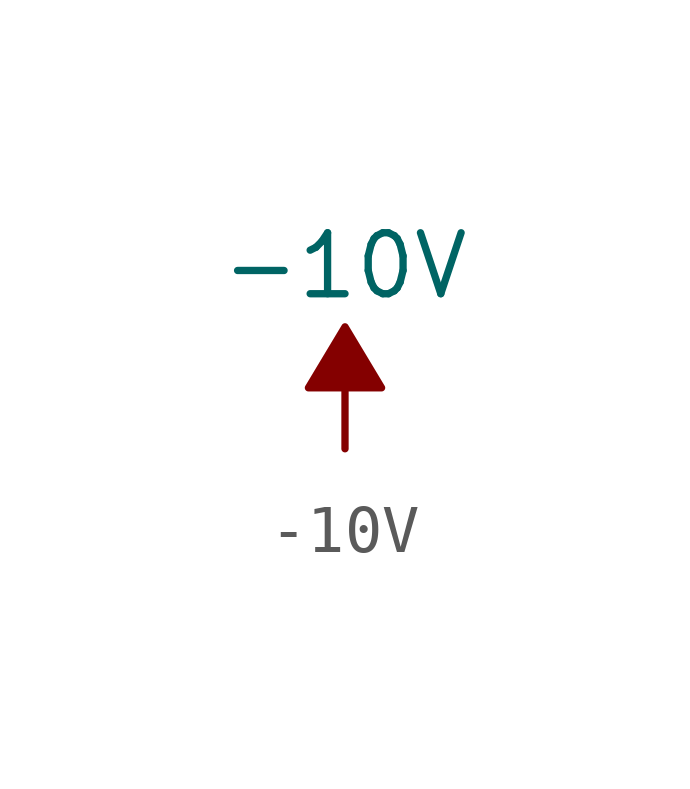
<source format=kicad_sym>
(kicad_symbol_lib
  (version 20201005)
  (generator kicad_symbol_editor)
  (symbol "-10V"
    (power)
    (pin_names
      (offset 0))
    (property "Reference" "#PWR"
      (at 0 2.54 0)
      (effects (font (size 1.27 1.27)) hide))
    (property "Value" "-10V"
      (at 0 3.81 0)
      (effects (font (size 1.27 1.27))))
    (symbol "-10V_0_0"
      (pin power_in line (at 0 0 90) (length 0) hide (name "-10V" (effects (font (size 1.27 1.27)))) (number "1" (effects (font (size 1.27 1.27))))))
    (symbol "-10V_0_1"
      (polyline (pts (xy 0 0) (xy 0 1.27) (xy 0.762 1.27) (xy 0 2.54) (xy -0.762 1.27) (xy 0 1.27)) (stroke (width 0)) (fill (type outline))))))
</source>
